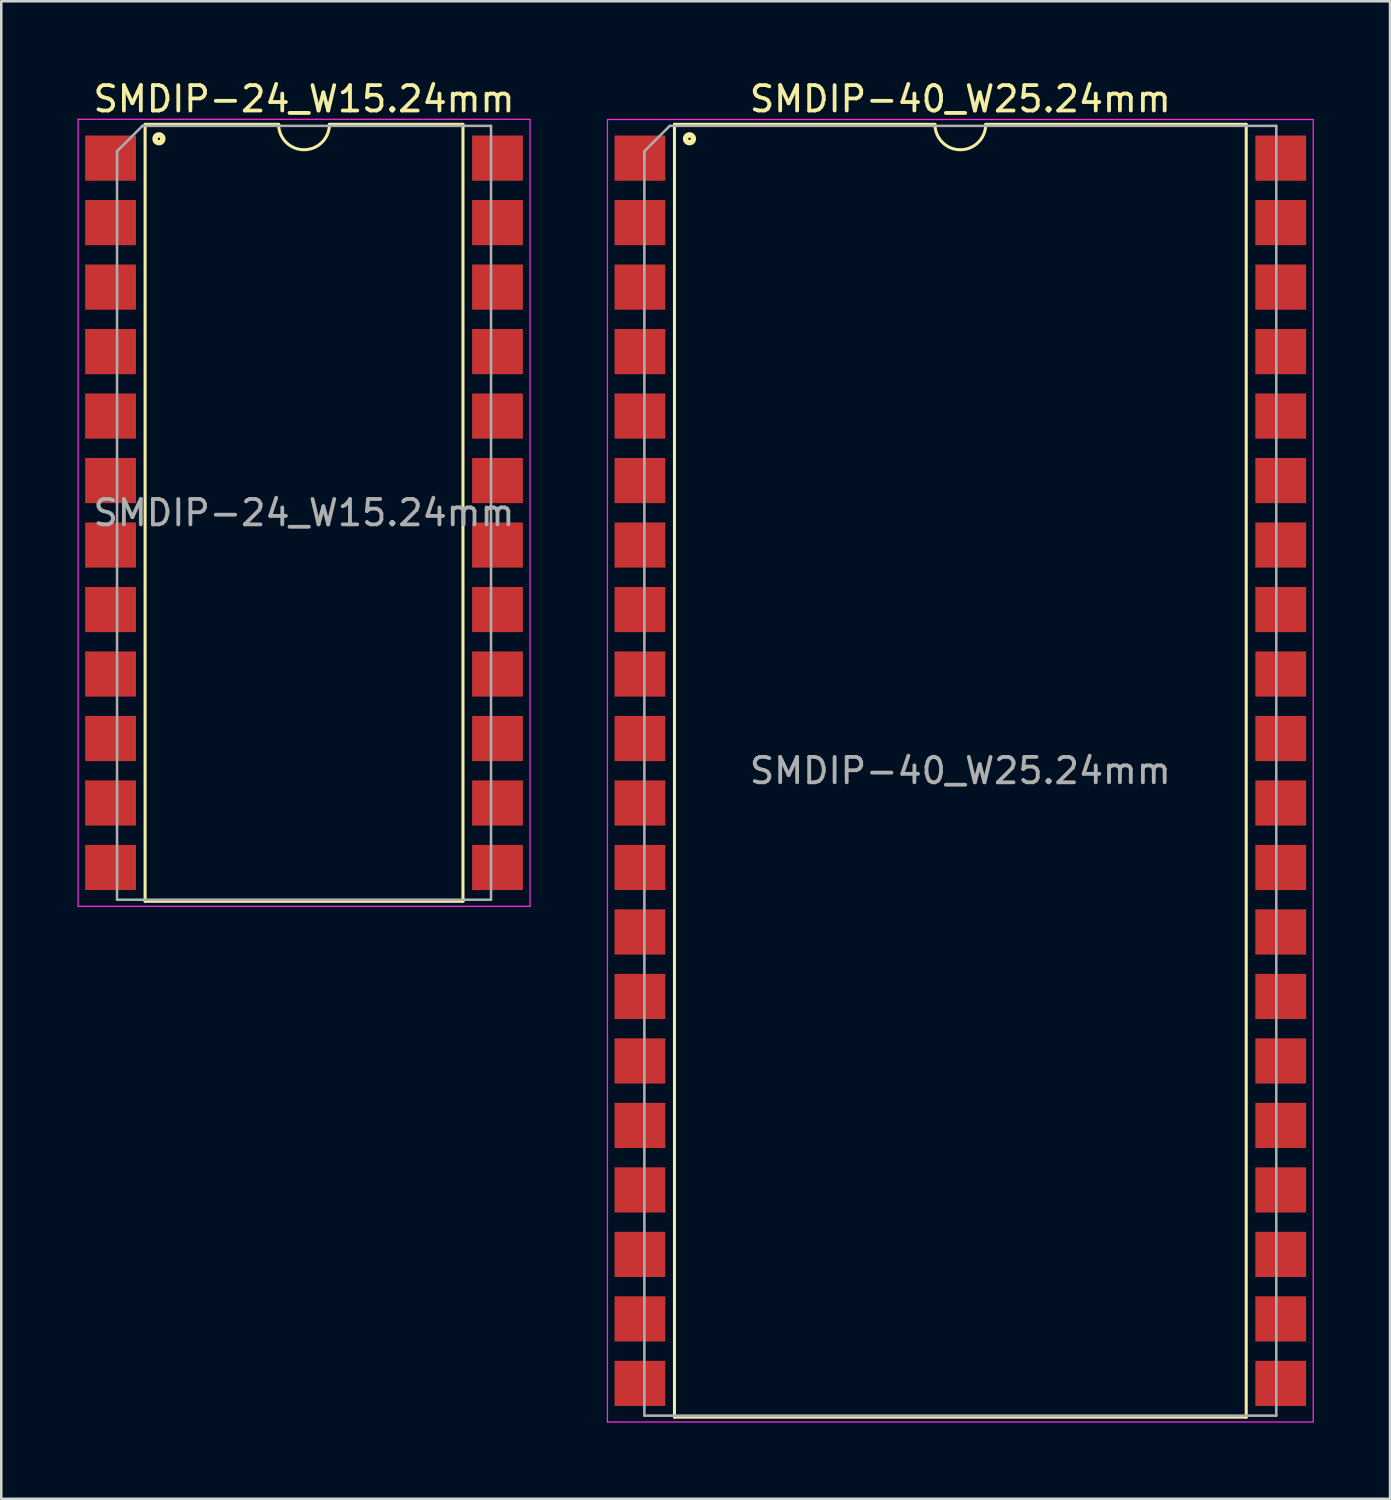
<source format=kicad_pcb>
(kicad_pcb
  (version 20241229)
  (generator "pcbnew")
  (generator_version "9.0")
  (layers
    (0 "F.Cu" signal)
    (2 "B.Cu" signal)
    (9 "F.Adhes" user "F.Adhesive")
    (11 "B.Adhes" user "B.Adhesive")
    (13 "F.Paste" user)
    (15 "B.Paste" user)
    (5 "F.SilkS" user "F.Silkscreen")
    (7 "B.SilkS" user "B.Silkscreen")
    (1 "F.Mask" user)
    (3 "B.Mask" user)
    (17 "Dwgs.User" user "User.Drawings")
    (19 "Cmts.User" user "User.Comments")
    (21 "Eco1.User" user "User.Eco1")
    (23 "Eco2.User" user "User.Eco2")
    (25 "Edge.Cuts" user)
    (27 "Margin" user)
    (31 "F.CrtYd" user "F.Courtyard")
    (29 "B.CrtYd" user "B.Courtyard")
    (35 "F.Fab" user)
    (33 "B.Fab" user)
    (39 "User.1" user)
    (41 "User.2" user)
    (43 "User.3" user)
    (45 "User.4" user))
  (footprint "SMDIP-40_W25.24mm"
    (layer "F.Cu")
    (at 34.775 27.308)
    (property "Reference" "SMDIP-40_W25.24mm" (at 0 -26.46 0) (layer "F.SilkS") (effects (font (size 1 1) (thickness 0.15))))
    (attr smd)
    (fp_line (start -11.26 -25.46) (end -11.26 25.46) (stroke (width 0.12) (type solid)) (layer "F.SilkS"))
    (fp_line (start -11.26 25.46) (end 11.26 25.46) (stroke (width 0.12) (type solid)) (layer "F.SilkS"))
    (fp_line (start -1 -25.46) (end -11.26 -25.46) (stroke (width 0.12) (type solid)) (layer "F.SilkS"))
    (fp_line (start 11.26 -25.46) (end 1 -25.46) (stroke (width 0.12) (type solid)) (layer "F.SilkS"))
    (fp_line (start 11.26 25.46) (end 11.26 -25.46) (stroke (width 0.12) (type solid)) (layer "F.SilkS"))
    (fp_arc (start 1 -25.46) (mid 0 -24.46) (end -1 -25.46) (stroke (width 0.12) (type solid)) (layer "F.SilkS"))
    (fp_circle (center -10.668 -24.892) (end -10.618 -24.892) (stroke (width 0.12) (type solid)) (fill no) (layer "F.SilkS"))
    (fp_circle (center -10.668 -24.892) (end -10.543 -24.892) (stroke (width 0.12) (type solid)) (fill no) (layer "F.SilkS"))
    (fp_circle (center -10.668 -24.892) (end -10.468 -24.892) (stroke (width 0.12) (type solid)) (fill no) (layer "F.SilkS"))
    (fp_line (start -13.9 -25.65) (end -13.9 25.65) (stroke (width 0.05) (type solid)) (layer "F.CrtYd"))
    (fp_line (start -13.9 25.65) (end 13.9 25.65) (stroke (width 0.05) (type solid)) (layer "F.CrtYd"))
    (fp_line (start 13.9 -25.65) (end -13.9 -25.65) (stroke (width 0.05) (type solid)) (layer "F.CrtYd"))
    (fp_line (start 13.9 25.65) (end 13.9 -25.65) (stroke (width 0.05) (type solid)) (layer "F.CrtYd"))
    (fp_line (start -12.445 -24.4) (end -11.445 -25.4) (stroke (width 0.1) (type solid)) (layer "F.Fab"))
    (fp_line (start -12.445 25.4) (end -12.445 -24.4) (stroke (width 0.1) (type solid)) (layer "F.Fab"))
    (fp_line (start -11.445 -25.4) (end 12.445 -25.4) (stroke (width 0.1) (type solid)) (layer "F.Fab"))
    (fp_line (start 12.445 -25.4) (end 12.445 25.4) (stroke (width 0.1) (type solid)) (layer "F.Fab"))
    (fp_line (start 12.445 25.4) (end -12.445 25.4) (stroke (width 0.1) (type solid)) (layer "F.Fab"))
    (fp_text user "${REFERENCE}" (at 0 0 0) (layer "F.Fab") (effects (font (size 1 1) (thickness 0.15))))
    (pad "1" smd rect (at -12.62 -24.13) (size 2 1.78) (layers "F.Cu" "F.Mask" "F.Paste"))
    (pad "2" smd rect (at -12.62 -21.59) (size 2 1.78) (layers "F.Cu" "F.Mask" "F.Paste"))
    (pad "3" smd rect (at -12.62 -19.05) (size 2 1.78) (layers "F.Cu" "F.Mask" "F.Paste"))
    (pad "4" smd rect (at -12.62 -16.51) (size 2 1.78) (layers "F.Cu" "F.Mask" "F.Paste"))
    (pad "5" smd rect (at -12.62 -13.97) (size 2 1.78) (layers "F.Cu" "F.Mask" "F.Paste"))
    (pad "6" smd rect (at -12.62 -11.43) (size 2 1.78) (layers "F.Cu" "F.Mask" "F.Paste"))
    (pad "7" smd rect (at -12.62 -8.89) (size 2 1.78) (layers "F.Cu" "F.Mask" "F.Paste"))
    (pad "8" smd rect (at -12.62 -6.35) (size 2 1.78) (layers "F.Cu" "F.Mask" "F.Paste"))
    (pad "9" smd rect (at -12.62 -3.81) (size 2 1.78) (layers "F.Cu" "F.Mask" "F.Paste"))
    (pad "10" smd rect (at -12.62 -1.27) (size 2 1.78) (layers "F.Cu" "F.Mask" "F.Paste"))
    (pad "11" smd rect (at -12.62 1.27) (size 2 1.78) (layers "F.Cu" "F.Mask" "F.Paste"))
    (pad "12" smd rect (at -12.62 3.81) (size 2 1.78) (layers "F.Cu" "F.Mask" "F.Paste"))
    (pad "13" smd rect (at -12.62 6.35) (size 2 1.78) (layers "F.Cu" "F.Mask" "F.Paste"))
    (pad "14" smd rect (at -12.62 8.89) (size 2 1.78) (layers "F.Cu" "F.Mask" "F.Paste"))
    (pad "15" smd rect (at -12.62 11.43) (size 2 1.78) (layers "F.Cu" "F.Mask" "F.Paste"))
    (pad "16" smd rect (at -12.62 13.97) (size 2 1.78) (layers "F.Cu" "F.Mask" "F.Paste"))
    (pad "17" smd rect (at -12.62 16.51) (size 2 1.78) (layers "F.Cu" "F.Mask" "F.Paste"))
    (pad "18" smd rect (at -12.62 19.05) (size 2 1.78) (layers "F.Cu" "F.Mask" "F.Paste"))
    (pad "19" smd rect (at -12.62 21.59) (size 2 1.78) (layers "F.Cu" "F.Mask" "F.Paste"))
    (pad "20" smd rect (at -12.62 24.13) (size 2 1.78) (layers "F.Cu" "F.Mask" "F.Paste"))
    (pad "21" smd rect (at 12.62 24.13) (size 2 1.78) (layers "F.Cu" "F.Mask" "F.Paste"))
    (pad "22" smd rect (at 12.62 21.59) (size 2 1.78) (layers "F.Cu" "F.Mask" "F.Paste"))
    (pad "23" smd rect (at 12.62 19.05) (size 2 1.78) (layers "F.Cu" "F.Mask" "F.Paste"))
    (pad "24" smd rect (at 12.62 16.51) (size 2 1.78) (layers "F.Cu" "F.Mask" "F.Paste"))
    (pad "25" smd rect (at 12.62 13.97) (size 2 1.78) (layers "F.Cu" "F.Mask" "F.Paste"))
    (pad "26" smd rect (at 12.62 11.43) (size 2 1.78) (layers "F.Cu" "F.Mask" "F.Paste"))
    (pad "27" smd rect (at 12.62 8.89) (size 2 1.78) (layers "F.Cu" "F.Mask" "F.Paste"))
    (pad "28" smd rect (at 12.62 6.35) (size 2 1.78) (layers "F.Cu" "F.Mask" "F.Paste"))
    (pad "29" smd rect (at 12.62 3.81) (size 2 1.78) (layers "F.Cu" "F.Mask" "F.Paste"))
    (pad "30" smd rect (at 12.62 1.27) (size 2 1.78) (layers "F.Cu" "F.Mask" "F.Paste"))
    (pad "31" smd rect (at 12.62 -1.27) (size 2 1.78) (layers "F.Cu" "F.Mask" "F.Paste"))
    (pad "32" smd rect (at 12.62 -3.81) (size 2 1.78) (layers "F.Cu" "F.Mask" "F.Paste"))
    (pad "33" smd rect (at 12.62 -6.35) (size 2 1.78) (layers "F.Cu" "F.Mask" "F.Paste"))
    (pad "34" smd rect (at 12.62 -8.89) (size 2 1.78) (layers "F.Cu" "F.Mask" "F.Paste"))
    (pad "35" smd rect (at 12.62 -11.43) (size 2 1.78) (layers "F.Cu" "F.Mask" "F.Paste"))
    (pad "36" smd rect (at 12.62 -13.97) (size 2 1.78) (layers "F.Cu" "F.Mask" "F.Paste"))
    (pad "37" smd rect (at 12.62 -16.51) (size 2 1.78) (layers "F.Cu" "F.Mask" "F.Paste"))
    (pad "38" smd rect (at 12.62 -19.05) (size 2 1.78) (layers "F.Cu" "F.Mask" "F.Paste"))
    (pad "39" smd rect (at 12.62 -21.59) (size 2 1.78) (layers "F.Cu" "F.Mask" "F.Paste"))
    (pad "40" smd rect (at 12.62 -24.13) (size 2 1.78) (layers "F.Cu" "F.Mask" "F.Paste")))
  (footprint "SMDIP-24_W15.24mm"
    (layer "F.Cu")
    (at 8.925 17.148)
    (property "Reference" "SMDIP-24_W15.24mm" (at 0 -16.3 0) (layer "F.SilkS") (effects (font (size 1 1) (thickness 0.15))))
    (attr smd)
    (fp_line (start -6.26 -15.3) (end -6.26 15.3) (stroke (width 0.12) (type solid)) (layer "F.SilkS"))
    (fp_line (start -6.26 15.3) (end 6.26 15.3) (stroke (width 0.12) (type solid)) (layer "F.SilkS"))
    (fp_line (start -1 -15.3) (end -6.26 -15.3) (stroke (width 0.12) (type solid)) (layer "F.SilkS"))
    (fp_line (start 6.26 -15.3) (end 1 -15.3) (stroke (width 0.12) (type solid)) (layer "F.SilkS"))
    (fp_line (start 6.26 15.3) (end 6.26 -15.3) (stroke (width 0.12) (type solid)) (layer "F.SilkS"))
    (fp_arc (start 1 -15.3) (mid 0 -14.3) (end -1 -15.3) (stroke (width 0.12) (type solid)) (layer "F.SilkS"))
    (fp_circle (center -5.715 -14.732) (end -5.665 -14.732) (stroke (width 0.12) (type solid)) (fill no) (layer "F.SilkS"))
    (fp_circle (center -5.715 -14.732) (end -5.59 -14.732) (stroke (width 0.12) (type solid)) (fill no) (layer "F.SilkS"))
    (fp_circle (center -5.715 -14.732) (end -5.515 -14.732) (stroke (width 0.12) (type solid)) (fill no) (layer "F.SilkS"))
    (fp_line (start -8.9 -15.5) (end -8.9 15.5) (stroke (width 0.05) (type solid)) (layer "F.CrtYd"))
    (fp_line (start -8.9 15.5) (end 8.9 15.5) (stroke (width 0.05) (type solid)) (layer "F.CrtYd"))
    (fp_line (start 8.9 -15.5) (end -8.9 -15.5) (stroke (width 0.05) (type solid)) (layer "F.CrtYd"))
    (fp_line (start 8.9 15.5) (end 8.9 -15.5) (stroke (width 0.05) (type solid)) (layer "F.CrtYd"))
    (fp_line (start -7.365 -14.24) (end -6.365 -15.24) (stroke (width 0.1) (type solid)) (layer "F.Fab"))
    (fp_line (start -7.365 15.24) (end -7.365 -14.24) (stroke (width 0.1) (type solid)) (layer "F.Fab"))
    (fp_line (start -6.365 -15.24) (end 7.365 -15.24) (stroke (width 0.1) (type solid)) (layer "F.Fab"))
    (fp_line (start 7.365 -15.24) (end 7.365 15.24) (stroke (width 0.1) (type solid)) (layer "F.Fab"))
    (fp_line (start 7.365 15.24) (end -7.365 15.24) (stroke (width 0.1) (type solid)) (layer "F.Fab"))
    (fp_text user "${REFERENCE}" (at 0 0 0) (layer "F.Fab") (effects (font (size 1 1) (thickness 0.15))))
    (pad "1" smd rect (at -7.62 -13.97) (size 2 1.78) (layers "F.Cu" "F.Mask" "F.Paste"))
    (pad "2" smd rect (at -7.62 -11.43) (size 2 1.78) (layers "F.Cu" "F.Mask" "F.Paste"))
    (pad "3" smd rect (at -7.62 -8.89) (size 2 1.78) (layers "F.Cu" "F.Mask" "F.Paste"))
    (pad "4" smd rect (at -7.62 -6.35) (size 2 1.78) (layers "F.Cu" "F.Mask" "F.Paste"))
    (pad "5" smd rect (at -7.62 -3.81) (size 2 1.78) (layers "F.Cu" "F.Mask" "F.Paste"))
    (pad "6" smd rect (at -7.62 -1.27) (size 2 1.78) (layers "F.Cu" "F.Mask" "F.Paste"))
    (pad "7" smd rect (at -7.62 1.27) (size 2 1.78) (layers "F.Cu" "F.Mask" "F.Paste"))
    (pad "8" smd rect (at -7.62 3.81) (size 2 1.78) (layers "F.Cu" "F.Mask" "F.Paste"))
    (pad "9" smd rect (at -7.62 6.35) (size 2 1.78) (layers "F.Cu" "F.Mask" "F.Paste"))
    (pad "10" smd rect (at -7.62 8.89) (size 2 1.78) (layers "F.Cu" "F.Mask" "F.Paste"))
    (pad "11" smd rect (at -7.62 11.43) (size 2 1.78) (layers "F.Cu" "F.Mask" "F.Paste"))
    (pad "12" smd rect (at -7.62 13.97) (size 2 1.78) (layers "F.Cu" "F.Mask" "F.Paste"))
    (pad "13" smd rect (at 7.62 13.97) (size 2 1.78) (layers "F.Cu" "F.Mask" "F.Paste"))
    (pad "14" smd rect (at 7.62 11.43) (size 2 1.78) (layers "F.Cu" "F.Mask" "F.Paste"))
    (pad "15" smd rect (at 7.62 8.89) (size 2 1.78) (layers "F.Cu" "F.Mask" "F.Paste"))
    (pad "16" smd rect (at 7.62 6.35) (size 2 1.78) (layers "F.Cu" "F.Mask" "F.Paste"))
    (pad "17" smd rect (at 7.62 3.81) (size 2 1.78) (layers "F.Cu" "F.Mask" "F.Paste"))
    (pad "18" smd rect (at 7.62 1.27) (size 2 1.78) (layers "F.Cu" "F.Mask" "F.Paste"))
    (pad "19" smd rect (at 7.62 -1.27) (size 2 1.78) (layers "F.Cu" "F.Mask" "F.Paste"))
    (pad "20" smd rect (at 7.62 -3.81) (size 2 1.78) (layers "F.Cu" "F.Mask" "F.Paste"))
    (pad "21" smd rect (at 7.62 -6.35) (size 2 1.78) (layers "F.Cu" "F.Mask" "F.Paste"))
    (pad "22" smd rect (at 7.62 -8.89) (size 2 1.78) (layers "F.Cu" "F.Mask" "F.Paste"))
    (pad "23" smd rect (at 7.62 -11.43) (size 2 1.78) (layers "F.Cu" "F.Mask" "F.Paste"))
    (pad "24" smd rect (at 7.62 -13.97) (size 2 1.78) (layers "F.Cu" "F.Mask" "F.Paste")))
  (gr_rect
    (start -3 -3)
    (end 51.7 55.983)
    (stroke (width 0.1) (type default))
    (fill no)
    (layer "Edge.Cuts")))
</source>
